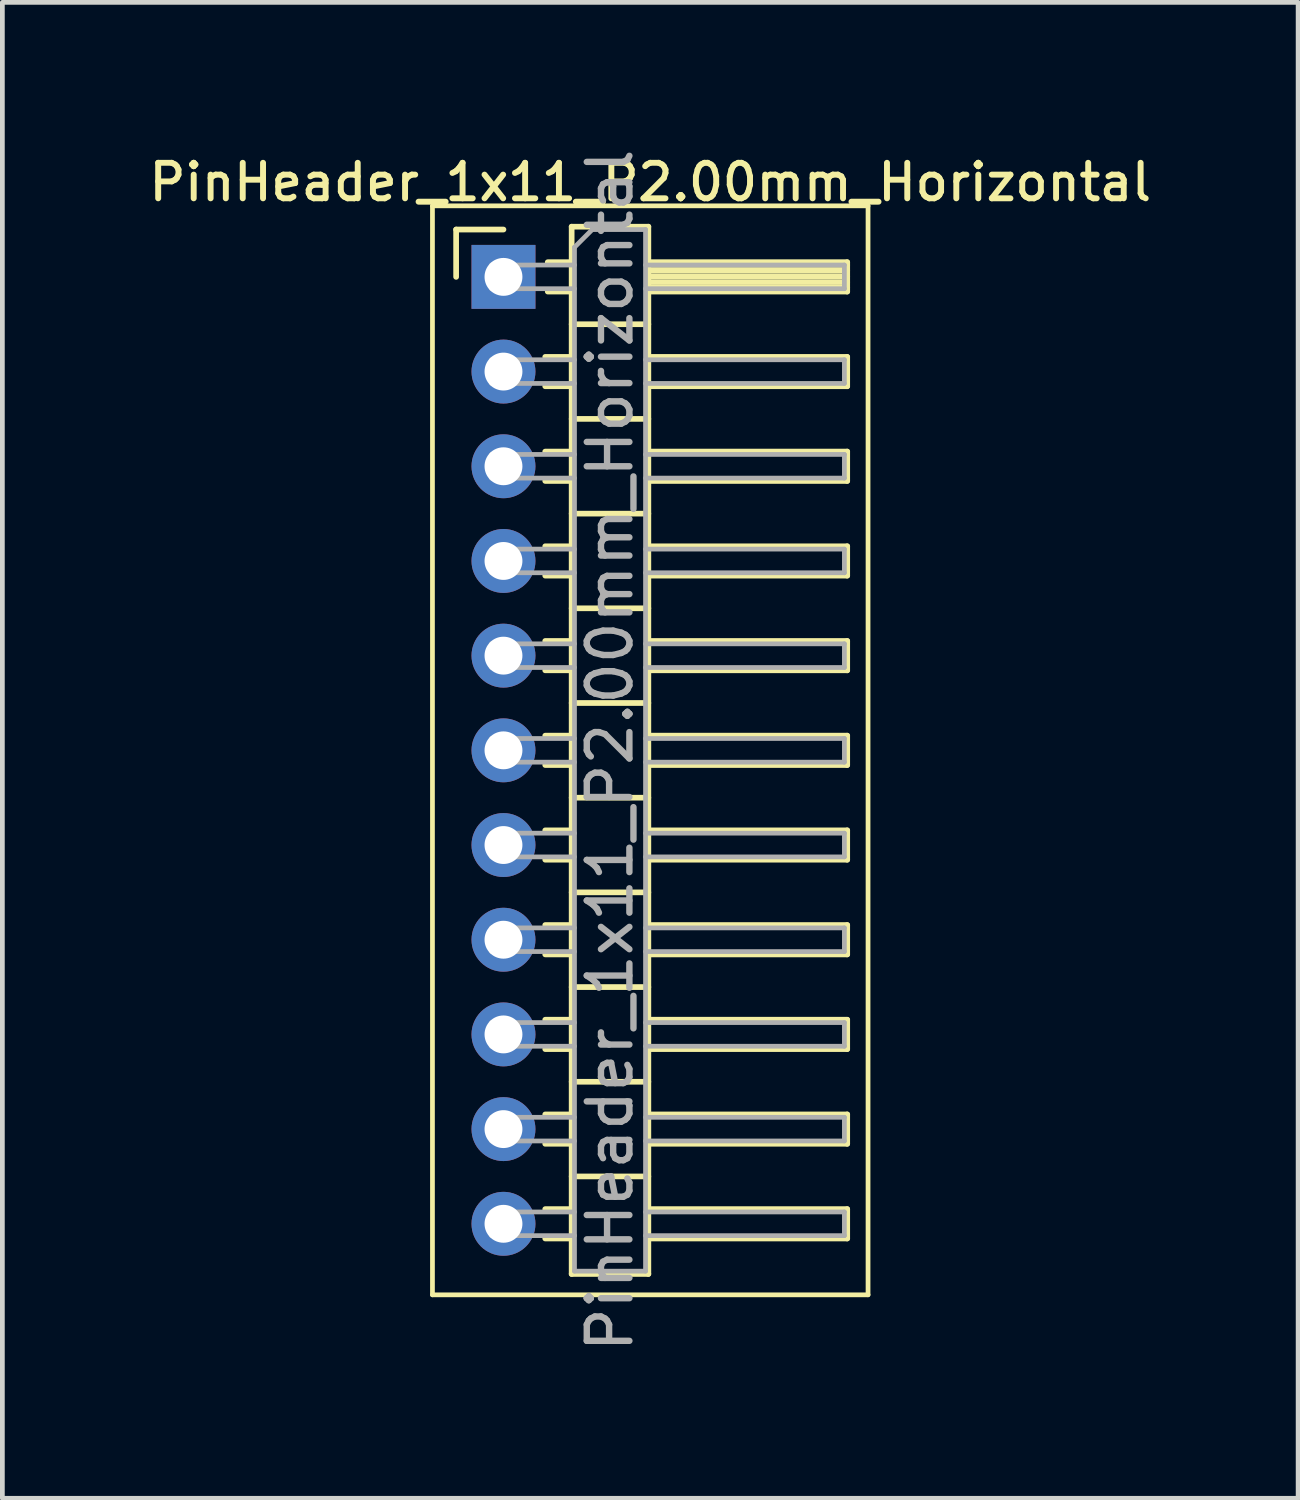
<source format=kicad_pcb>
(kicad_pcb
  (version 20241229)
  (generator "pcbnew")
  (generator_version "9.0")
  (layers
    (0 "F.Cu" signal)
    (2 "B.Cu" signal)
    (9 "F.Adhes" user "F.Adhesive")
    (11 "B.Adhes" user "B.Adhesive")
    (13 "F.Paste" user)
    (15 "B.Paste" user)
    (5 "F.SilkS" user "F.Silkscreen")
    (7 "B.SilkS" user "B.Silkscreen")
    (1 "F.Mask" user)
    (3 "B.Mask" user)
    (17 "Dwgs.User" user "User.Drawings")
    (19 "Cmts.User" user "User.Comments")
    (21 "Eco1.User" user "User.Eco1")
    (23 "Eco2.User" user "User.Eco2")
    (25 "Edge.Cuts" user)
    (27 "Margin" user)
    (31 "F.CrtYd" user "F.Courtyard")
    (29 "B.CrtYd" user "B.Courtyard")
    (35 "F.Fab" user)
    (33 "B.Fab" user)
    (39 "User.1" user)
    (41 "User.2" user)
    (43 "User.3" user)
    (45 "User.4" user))
  (footprint "PinHeader_1x11_P2.00mm_Horizontal"
    (layer "F.Cu")
    (at 7.584 2.798)
    (property "Reference" "PinHeader_1x11_P2.00mm_Horizontal" (at 3.1 -2 0) (layer "F.SilkS") (effects (font (size 0.75 0.75) (thickness 0.125))))
    (attr through_hole)
    (fp_line (start -1.5 -1.5) (end -1.5 21.5) (stroke (width 0.1) (type solid)) (layer "F.SilkS"))
    (fp_line (start -1.5 21.5) (end 7.7 21.5) (stroke (width 0.1) (type solid)) (layer "F.SilkS"))
    (fp_line (start -1 -1) (end 0 -1) (stroke (width 0.12) (type solid)) (layer "F.SilkS"))
    (fp_line (start -1 0) (end -1 -1) (stroke (width 0.12) (type solid)) (layer "F.SilkS"))
    (fp_line (start 0.882 1.69) (end 1.44 1.69) (stroke (width 0.12) (type solid)) (layer "F.SilkS"))
    (fp_line (start 0.882 2.31) (end 1.44 2.31) (stroke (width 0.12) (type solid)) (layer "F.SilkS"))
    (fp_line (start 0.882 3.69) (end 1.44 3.69) (stroke (width 0.12) (type solid)) (layer "F.SilkS"))
    (fp_line (start 0.882 4.31) (end 1.44 4.31) (stroke (width 0.12) (type solid)) (layer "F.SilkS"))
    (fp_line (start 0.882 5.69) (end 1.44 5.69) (stroke (width 0.12) (type solid)) (layer "F.SilkS"))
    (fp_line (start 0.882 6.31) (end 1.44 6.31) (stroke (width 0.12) (type solid)) (layer "F.SilkS"))
    (fp_line (start 0.882 7.69) (end 1.44 7.69) (stroke (width 0.12) (type solid)) (layer "F.SilkS"))
    (fp_line (start 0.882 8.31) (end 1.44 8.31) (stroke (width 0.12) (type solid)) (layer "F.SilkS"))
    (fp_line (start 0.882 9.69) (end 1.44 9.69) (stroke (width 0.12) (type solid)) (layer "F.SilkS"))
    (fp_line (start 0.882 10.31) (end 1.44 10.31) (stroke (width 0.12) (type solid)) (layer "F.SilkS"))
    (fp_line (start 0.882 11.69) (end 1.44 11.69) (stroke (width 0.12) (type solid)) (layer "F.SilkS"))
    (fp_line (start 0.882 12.31) (end 1.44 12.31) (stroke (width 0.12) (type solid)) (layer "F.SilkS"))
    (fp_line (start 0.882 13.69) (end 1.44 13.69) (stroke (width 0.12) (type solid)) (layer "F.SilkS"))
    (fp_line (start 0.882 14.31) (end 1.44 14.31) (stroke (width 0.12) (type solid)) (layer "F.SilkS"))
    (fp_line (start 0.882 15.69) (end 1.44 15.69) (stroke (width 0.12) (type solid)) (layer "F.SilkS"))
    (fp_line (start 0.882 16.31) (end 1.44 16.31) (stroke (width 0.12) (type solid)) (layer "F.SilkS"))
    (fp_line (start 0.882 17.69) (end 1.44 17.69) (stroke (width 0.12) (type solid)) (layer "F.SilkS"))
    (fp_line (start 0.882 18.31) (end 1.44 18.31) (stroke (width 0.12) (type solid)) (layer "F.SilkS"))
    (fp_line (start 0.882 19.69) (end 1.44 19.69) (stroke (width 0.12) (type solid)) (layer "F.SilkS"))
    (fp_line (start 0.882 20.31) (end 1.44 20.31) (stroke (width 0.12) (type solid)) (layer "F.SilkS"))
    (fp_line (start 0.935 -0.31) (end 1.44 -0.31) (stroke (width 0.12) (type solid)) (layer "F.SilkS"))
    (fp_line (start 0.935 0.31) (end 1.44 0.31) (stroke (width 0.12) (type solid)) (layer "F.SilkS"))
    (fp_line (start 1.44 -1.06) (end 1.44 21.06) (stroke (width 0.12) (type solid)) (layer "F.SilkS"))
    (fp_line (start 1.44 1) (end 3.06 1) (stroke (width 0.12) (type solid)) (layer "F.SilkS"))
    (fp_line (start 1.44 3) (end 3.06 3) (stroke (width 0.12) (type solid)) (layer "F.SilkS"))
    (fp_line (start 1.44 5) (end 3.06 5) (stroke (width 0.12) (type solid)) (layer "F.SilkS"))
    (fp_line (start 1.44 7) (end 3.06 7) (stroke (width 0.12) (type solid)) (layer "F.SilkS"))
    (fp_line (start 1.44 9) (end 3.06 9) (stroke (width 0.12) (type solid)) (layer "F.SilkS"))
    (fp_line (start 1.44 11) (end 3.06 11) (stroke (width 0.12) (type solid)) (layer "F.SilkS"))
    (fp_line (start 1.44 13) (end 3.06 13) (stroke (width 0.12) (type solid)) (layer "F.SilkS"))
    (fp_line (start 1.44 15) (end 3.06 15) (stroke (width 0.12) (type solid)) (layer "F.SilkS"))
    (fp_line (start 1.44 17) (end 3.06 17) (stroke (width 0.12) (type solid)) (layer "F.SilkS"))
    (fp_line (start 1.44 19) (end 3.06 19) (stroke (width 0.12) (type solid)) (layer "F.SilkS"))
    (fp_line (start 1.44 21.06) (end 3.06 21.06) (stroke (width 0.12) (type solid)) (layer "F.SilkS"))
    (fp_line (start 3.06 -1.06) (end 1.44 -1.06) (stroke (width 0.12) (type solid)) (layer "F.SilkS"))
    (fp_line (start 3.06 -0.31) (end 7.26 -0.31) (stroke (width 0.12) (type solid)) (layer "F.SilkS"))
    (fp_line (start 3.06 -0.25) (end 7.26 -0.25) (stroke (width 0.12) (type solid)) (layer "F.SilkS"))
    (fp_line (start 3.06 -0.13) (end 7.26 -0.13) (stroke (width 0.12) (type solid)) (layer "F.SilkS"))
    (fp_line (start 3.06 -0.01) (end 7.26 -0.01) (stroke (width 0.12) (type solid)) (layer "F.SilkS"))
    (fp_line (start 3.06 0.11) (end 7.26 0.11) (stroke (width 0.12) (type solid)) (layer "F.SilkS"))
    (fp_line (start 3.06 0.23) (end 7.26 0.23) (stroke (width 0.12) (type solid)) (layer "F.SilkS"))
    (fp_line (start 3.06 1.69) (end 7.26 1.69) (stroke (width 0.12) (type solid)) (layer "F.SilkS"))
    (fp_line (start 3.06 3.69) (end 7.26 3.69) (stroke (width 0.12) (type solid)) (layer "F.SilkS"))
    (fp_line (start 3.06 5.69) (end 7.26 5.69) (stroke (width 0.12) (type solid)) (layer "F.SilkS"))
    (fp_line (start 3.06 7.69) (end 7.26 7.69) (stroke (width 0.12) (type solid)) (layer "F.SilkS"))
    (fp_line (start 3.06 9.69) (end 7.26 9.69) (stroke (width 0.12) (type solid)) (layer "F.SilkS"))
    (fp_line (start 3.06 11.69) (end 7.26 11.69) (stroke (width 0.12) (type solid)) (layer "F.SilkS"))
    (fp_line (start 3.06 13.69) (end 7.26 13.69) (stroke (width 0.12) (type solid)) (layer "F.SilkS"))
    (fp_line (start 3.06 15.69) (end 7.26 15.69) (stroke (width 0.12) (type solid)) (layer "F.SilkS"))
    (fp_line (start 3.06 17.69) (end 7.26 17.69) (stroke (width 0.12) (type solid)) (layer "F.SilkS"))
    (fp_line (start 3.06 19.69) (end 7.26 19.69) (stroke (width 0.12) (type solid)) (layer "F.SilkS"))
    (fp_line (start 3.06 21.06) (end 3.06 -1.06) (stroke (width 0.12) (type solid)) (layer "F.SilkS"))
    (fp_line (start 7.26 -0.31) (end 7.26 0.31) (stroke (width 0.12) (type solid)) (layer "F.SilkS"))
    (fp_line (start 7.26 0.31) (end 3.06 0.31) (stroke (width 0.12) (type solid)) (layer "F.SilkS"))
    (fp_line (start 7.26 1.69) (end 7.26 2.31) (stroke (width 0.12) (type solid)) (layer "F.SilkS"))
    (fp_line (start 7.26 2.31) (end 3.06 2.31) (stroke (width 0.12) (type solid)) (layer "F.SilkS"))
    (fp_line (start 7.26 3.69) (end 7.26 4.31) (stroke (width 0.12) (type solid)) (layer "F.SilkS"))
    (fp_line (start 7.26 4.31) (end 3.06 4.31) (stroke (width 0.12) (type solid)) (layer "F.SilkS"))
    (fp_line (start 7.26 5.69) (end 7.26 6.31) (stroke (width 0.12) (type solid)) (layer "F.SilkS"))
    (fp_line (start 7.26 6.31) (end 3.06 6.31) (stroke (width 0.12) (type solid)) (layer "F.SilkS"))
    (fp_line (start 7.26 7.69) (end 7.26 8.31) (stroke (width 0.12) (type solid)) (layer "F.SilkS"))
    (fp_line (start 7.26 8.31) (end 3.06 8.31) (stroke (width 0.12) (type solid)) (layer "F.SilkS"))
    (fp_line (start 7.26 9.69) (end 7.26 10.31) (stroke (width 0.12) (type solid)) (layer "F.SilkS"))
    (fp_line (start 7.26 10.31) (end 3.06 10.31) (stroke (width 0.12) (type solid)) (layer "F.SilkS"))
    (fp_line (start 7.26 11.69) (end 7.26 12.31) (stroke (width 0.12) (type solid)) (layer "F.SilkS"))
    (fp_line (start 7.26 12.31) (end 3.06 12.31) (stroke (width 0.12) (type solid)) (layer "F.SilkS"))
    (fp_line (start 7.26 13.69) (end 7.26 14.31) (stroke (width 0.12) (type solid)) (layer "F.SilkS"))
    (fp_line (start 7.26 14.31) (end 3.06 14.31) (stroke (width 0.12) (type solid)) (layer "F.SilkS"))
    (fp_line (start 7.26 15.69) (end 7.26 16.31) (stroke (width 0.12) (type solid)) (layer "F.SilkS"))
    (fp_line (start 7.26 16.31) (end 3.06 16.31) (stroke (width 0.12) (type solid)) (layer "F.SilkS"))
    (fp_line (start 7.26 17.69) (end 7.26 18.31) (stroke (width 0.12) (type solid)) (layer "F.SilkS"))
    (fp_line (start 7.26 18.31) (end 3.06 18.31) (stroke (width 0.12) (type solid)) (layer "F.SilkS"))
    (fp_line (start 7.26 19.69) (end 7.26 20.31) (stroke (width 0.12) (type solid)) (layer "F.SilkS"))
    (fp_line (start 7.26 20.31) (end 3.06 20.31) (stroke (width 0.12) (type solid)) (layer "F.SilkS"))
    (fp_line (start 7.7 -1.5) (end -1.5 -1.5) (stroke (width 0.1) (type solid)) (layer "F.SilkS"))
    (fp_line (start 7.7 21.5) (end 7.7 -1.5) (stroke (width 0.1) (type solid)) (layer "F.SilkS"))
    (fp_line (start -0.25 -0.25) (end -0.25 0.25) (stroke (width 0.1) (type solid)) (layer "F.Fab"))
    (fp_line (start -0.25 -0.25) (end 1.5 -0.25) (stroke (width 0.1) (type solid)) (layer "F.Fab"))
    (fp_line (start -0.25 0.25) (end 1.5 0.25) (stroke (width 0.1) (type solid)) (layer "F.Fab"))
    (fp_line (start -0.25 1.75) (end -0.25 2.25) (stroke (width 0.1) (type solid)) (layer "F.Fab"))
    (fp_line (start -0.25 1.75) (end 1.5 1.75) (stroke (width 0.1) (type solid)) (layer "F.Fab"))
    (fp_line (start -0.25 2.25) (end 1.5 2.25) (stroke (width 0.1) (type solid)) (layer "F.Fab"))
    (fp_line (start -0.25 3.75) (end -0.25 4.25) (stroke (width 0.1) (type solid)) (layer "F.Fab"))
    (fp_line (start -0.25 3.75) (end 1.5 3.75) (stroke (width 0.1) (type solid)) (layer "F.Fab"))
    (fp_line (start -0.25 4.25) (end 1.5 4.25) (stroke (width 0.1) (type solid)) (layer "F.Fab"))
    (fp_line (start -0.25 5.75) (end -0.25 6.25) (stroke (width 0.1) (type solid)) (layer "F.Fab"))
    (fp_line (start -0.25 5.75) (end 1.5 5.75) (stroke (width 0.1) (type solid)) (layer "F.Fab"))
    (fp_line (start -0.25 6.25) (end 1.5 6.25) (stroke (width 0.1) (type solid)) (layer "F.Fab"))
    (fp_line (start -0.25 7.75) (end -0.25 8.25) (stroke (width 0.1) (type solid)) (layer "F.Fab"))
    (fp_line (start -0.25 7.75) (end 1.5 7.75) (stroke (width 0.1) (type solid)) (layer "F.Fab"))
    (fp_line (start -0.25 8.25) (end 1.5 8.25) (stroke (width 0.1) (type solid)) (layer "F.Fab"))
    (fp_line (start -0.25 9.75) (end -0.25 10.25) (stroke (width 0.1) (type solid)) (layer "F.Fab"))
    (fp_line (start -0.25 9.75) (end 1.5 9.75) (stroke (width 0.1) (type solid)) (layer "F.Fab"))
    (fp_line (start -0.25 10.25) (end 1.5 10.25) (stroke (width 0.1) (type solid)) (layer "F.Fab"))
    (fp_line (start -0.25 11.75) (end -0.25 12.25) (stroke (width 0.1) (type solid)) (layer "F.Fab"))
    (fp_line (start -0.25 11.75) (end 1.5 11.75) (stroke (width 0.1) (type solid)) (layer "F.Fab"))
    (fp_line (start -0.25 12.25) (end 1.5 12.25) (stroke (width 0.1) (type solid)) (layer "F.Fab"))
    (fp_line (start -0.25 13.75) (end -0.25 14.25) (stroke (width 0.1) (type solid)) (layer "F.Fab"))
    (fp_line (start -0.25 13.75) (end 1.5 13.75) (stroke (width 0.1) (type solid)) (layer "F.Fab"))
    (fp_line (start -0.25 14.25) (end 1.5 14.25) (stroke (width 0.1) (type solid)) (layer "F.Fab"))
    (fp_line (start -0.25 15.75) (end -0.25 16.25) (stroke (width 0.1) (type solid)) (layer "F.Fab"))
    (fp_line (start -0.25 15.75) (end 1.5 15.75) (stroke (width 0.1) (type solid)) (layer "F.Fab"))
    (fp_line (start -0.25 16.25) (end 1.5 16.25) (stroke (width 0.1) (type solid)) (layer "F.Fab"))
    (fp_line (start -0.25 17.75) (end -0.25 18.25) (stroke (width 0.1) (type solid)) (layer "F.Fab"))
    (fp_line (start -0.25 17.75) (end 1.5 17.75) (stroke (width 0.1) (type solid)) (layer "F.Fab"))
    (fp_line (start -0.25 18.25) (end 1.5 18.25) (stroke (width 0.1) (type solid)) (layer "F.Fab"))
    (fp_line (start -0.25 19.75) (end -0.25 20.25) (stroke (width 0.1) (type solid)) (layer "F.Fab"))
    (fp_line (start -0.25 19.75) (end 1.5 19.75) (stroke (width 0.1) (type solid)) (layer "F.Fab"))
    (fp_line (start -0.25 20.25) (end 1.5 20.25) (stroke (width 0.1) (type solid)) (layer "F.Fab"))
    (fp_line (start 1.5 -0.625) (end 1.875 -1) (stroke (width 0.1) (type solid)) (layer "F.Fab"))
    (fp_line (start 1.5 21) (end 1.5 -0.625) (stroke (width 0.1) (type solid)) (layer "F.Fab"))
    (fp_line (start 1.875 -1) (end 3 -1) (stroke (width 0.1) (type solid)) (layer "F.Fab"))
    (fp_line (start 3 -1) (end 3 21) (stroke (width 0.1) (type solid)) (layer "F.Fab"))
    (fp_line (start 3 -0.25) (end 7.2 -0.25) (stroke (width 0.1) (type solid)) (layer "F.Fab"))
    (fp_line (start 3 0.25) (end 7.2 0.25) (stroke (width 0.1) (type solid)) (layer "F.Fab"))
    (fp_line (start 3 1.75) (end 7.2 1.75) (stroke (width 0.1) (type solid)) (layer "F.Fab"))
    (fp_line (start 3 2.25) (end 7.2 2.25) (stroke (width 0.1) (type solid)) (layer "F.Fab"))
    (fp_line (start 3 3.75) (end 7.2 3.75) (stroke (width 0.1) (type solid)) (layer "F.Fab"))
    (fp_line (start 3 4.25) (end 7.2 4.25) (stroke (width 0.1) (type solid)) (layer "F.Fab"))
    (fp_line (start 3 5.75) (end 7.2 5.75) (stroke (width 0.1) (type solid)) (layer "F.Fab"))
    (fp_line (start 3 6.25) (end 7.2 6.25) (stroke (width 0.1) (type solid)) (layer "F.Fab"))
    (fp_line (start 3 7.75) (end 7.2 7.75) (stroke (width 0.1) (type solid)) (layer "F.Fab"))
    (fp_line (start 3 8.25) (end 7.2 8.25) (stroke (width 0.1) (type solid)) (layer "F.Fab"))
    (fp_line (start 3 9.75) (end 7.2 9.75) (stroke (width 0.1) (type solid)) (layer "F.Fab"))
    (fp_line (start 3 10.25) (end 7.2 10.25) (stroke (width 0.1) (type solid)) (layer "F.Fab"))
    (fp_line (start 3 11.75) (end 7.2 11.75) (stroke (width 0.1) (type solid)) (layer "F.Fab"))
    (fp_line (start 3 12.25) (end 7.2 12.25) (stroke (width 0.1) (type solid)) (layer "F.Fab"))
    (fp_line (start 3 13.75) (end 7.2 13.75) (stroke (width 0.1) (type solid)) (layer "F.Fab"))
    (fp_line (start 3 14.25) (end 7.2 14.25) (stroke (width 0.1) (type solid)) (layer "F.Fab"))
    (fp_line (start 3 15.75) (end 7.2 15.75) (stroke (width 0.1) (type solid)) (layer "F.Fab"))
    (fp_line (start 3 16.25) (end 7.2 16.25) (stroke (width 0.1) (type solid)) (layer "F.Fab"))
    (fp_line (start 3 17.75) (end 7.2 17.75) (stroke (width 0.1) (type solid)) (layer "F.Fab"))
    (fp_line (start 3 18.25) (end 7.2 18.25) (stroke (width 0.1) (type solid)) (layer "F.Fab"))
    (fp_line (start 3 19.75) (end 7.2 19.75) (stroke (width 0.1) (type solid)) (layer "F.Fab"))
    (fp_line (start 3 20.25) (end 7.2 20.25) (stroke (width 0.1) (type solid)) (layer "F.Fab"))
    (fp_line (start 3 21) (end 1.5 21) (stroke (width 0.1) (type solid)) (layer "F.Fab"))
    (fp_line (start 7.2 -0.25) (end 7.2 0.25) (stroke (width 0.1) (type solid)) (layer "F.Fab"))
    (fp_line (start 7.2 1.75) (end 7.2 2.25) (stroke (width 0.1) (type solid)) (layer "F.Fab"))
    (fp_line (start 7.2 3.75) (end 7.2 4.25) (stroke (width 0.1) (type solid)) (layer "F.Fab"))
    (fp_line (start 7.2 5.75) (end 7.2 6.25) (stroke (width 0.1) (type solid)) (layer "F.Fab"))
    (fp_line (start 7.2 7.75) (end 7.2 8.25) (stroke (width 0.1) (type solid)) (layer "F.Fab"))
    (fp_line (start 7.2 9.75) (end 7.2 10.25) (stroke (width 0.1) (type solid)) (layer "F.Fab"))
    (fp_line (start 7.2 11.75) (end 7.2 12.25) (stroke (width 0.1) (type solid)) (layer "F.Fab"))
    (fp_line (start 7.2 13.75) (end 7.2 14.25) (stroke (width 0.1) (type solid)) (layer "F.Fab"))
    (fp_line (start 7.2 15.75) (end 7.2 16.25) (stroke (width 0.1) (type solid)) (layer "F.Fab"))
    (fp_line (start 7.2 17.75) (end 7.2 18.25) (stroke (width 0.1) (type solid)) (layer "F.Fab"))
    (fp_line (start 7.2 19.75) (end 7.2 20.25) (stroke (width 0.1) (type solid)) (layer "F.Fab"))
    (fp_text user "${REFERENCE}" (at 2.25 10 90) (layer "F.Fab") (effects (font (size 0.9 0.9) (thickness 0.135))))
    (pad "1" thru_hole rect (at 0 0) (size 1.35 1.35) (drill 0.8) (layers "*.Cu" "*.Mask"))
    (pad "2" thru_hole oval (at 0 2) (size 1.35 1.35) (drill 0.8) (layers "*.Cu" "*.Mask"))
    (pad "3" thru_hole oval (at 0 4) (size 1.35 1.35) (drill 0.8) (layers "*.Cu" "*.Mask"))
    (pad "4" thru_hole oval (at 0 6) (size 1.35 1.35) (drill 0.8) (layers "*.Cu" "*.Mask"))
    (pad "5" thru_hole oval (at 0 8) (size 1.35 1.35) (drill 0.8) (layers "*.Cu" "*.Mask"))
    (pad "6" thru_hole oval (at 0 10) (size 1.35 1.35) (drill 0.8) (layers "*.Cu" "*.Mask"))
    (pad "7" thru_hole oval (at 0 12) (size 1.35 1.35) (drill 0.8) (layers "*.Cu" "*.Mask"))
    (pad "8" thru_hole oval (at 0 14) (size 1.35 1.35) (drill 0.8) (layers "*.Cu" "*.Mask"))
    (pad "9" thru_hole oval (at 0 16) (size 1.35 1.35) (drill 0.8) (layers "*.Cu" "*.Mask"))
    (pad "10" thru_hole oval (at 0 18) (size 1.35 1.35) (drill 0.8) (layers "*.Cu" "*.Mask"))
    (pad "11" thru_hole oval (at 0 20) (size 1.35 1.35) (drill 0.8) (layers "*.Cu" "*.Mask")))
  (gr_rect
    (start -3 -3)
    (end 24.368 28.596)
    (stroke (width 0.1) (type default))
    (fill no)
    (layer "Edge.Cuts")))
</source>
